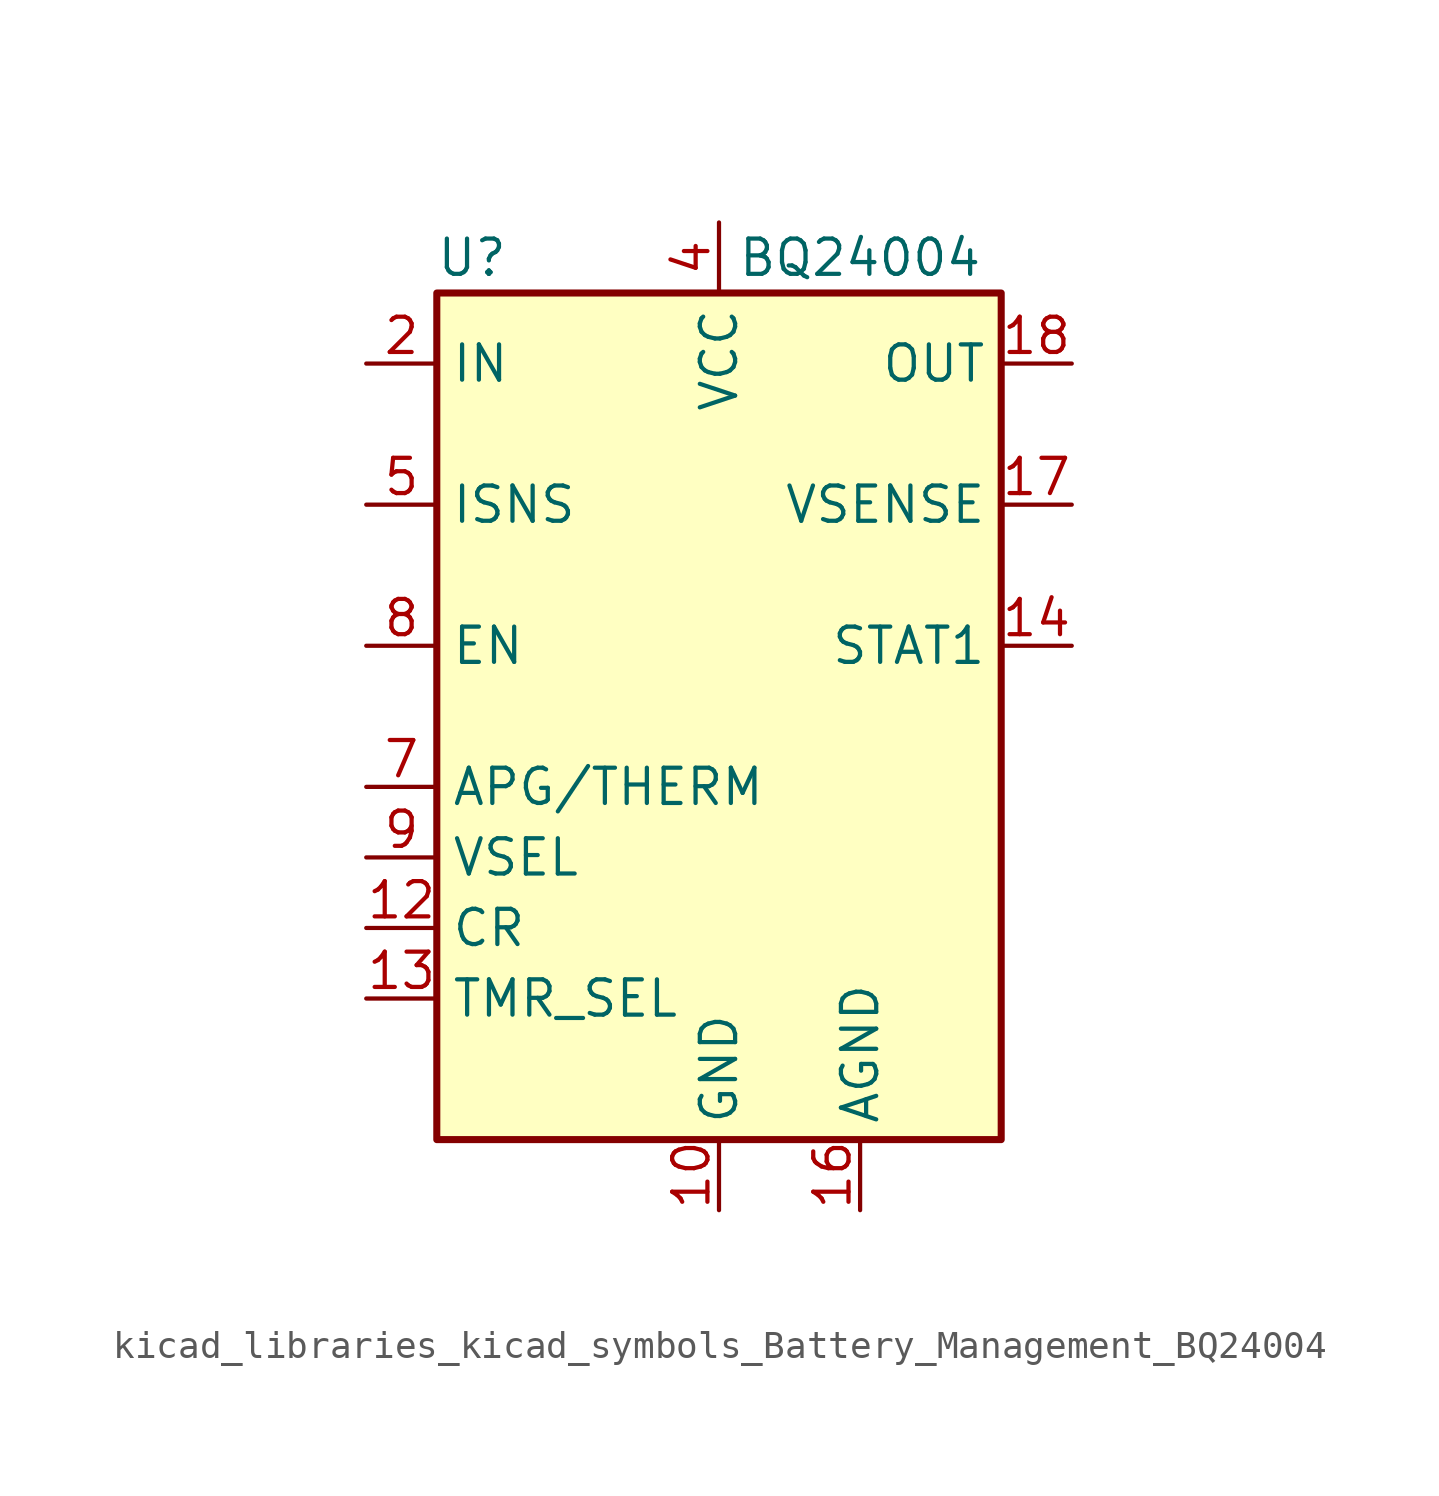
<source format=kicad_sym>
(kicad_symbol_lib
  (version 20220914)
  (generator kicad_symbol_editor)
  (symbol "kicad_libraries_kicad_symbols_Battery_Management_BQ24004"
    (property "Reference" "U"
      (at -8.89 16.51 0)
      (effects (font (size 1.27 1.27))))
    (property "Value" "BQ24004"
      (at 5.08 16.51 0)
      (effects (font (size 1.27 1.27))))
    (symbol "kicad_libraries_kicad_symbols_Battery_Management_BQ24004_0_1"
      (rectangle (start -10.16 15.24) (end 10.16 -15.24) (stroke (width 0.254) (type default)) (fill (type background))))
    (symbol "kicad_libraries_kicad_symbols_Battery_Management_BQ24004_1_1"
      (pin no_connect line (at 10.16 -2.54 180) (length 2.54) hide (name "N/C" (effects (font (size 1.27 1.27)))) (number "1" (effects (font (size 1.27 1.27)))))
      (pin power_in line (at 0 -17.78 90) (length 2.54) (name "GND" (effects (font (size 1.27 1.27)))) (number "10" (effects (font (size 1.27 1.27)))))
      (pin no_connect line (at 10.16 -7.62 180) (length 2.54) hide (name "N/C" (effects (font (size 1.27 1.27)))) (number "11" (effects (font (size 1.27 1.27)))))
      (pin input line (at -12.7 -7.62 0) (length 2.54) (name "CR" (effects (font (size 1.27 1.27)))) (number "12" (effects (font (size 1.27 1.27)))))
      (pin input line (at -12.7 -10.16 0) (length 2.54) (name "TMR_SEL" (effects (font (size 1.27 1.27)))) (number "13" (effects (font (size 1.27 1.27)))))
      (pin output line (at 12.7 2.54 180) (length 2.54) (name "STAT1" (effects (font (size 1.27 1.27)))) (number "14" (effects (font (size 1.27 1.27)))))
      (pin no_connect line (at 10.16 0 180) (length 2.54) hide (name "N/C" (effects (font (size 1.27 1.27)))) (number "15" (effects (font (size 1.27 1.27)))))
      (pin power_in line (at 5.08 -17.78 90) (length 2.54) (name "AGND" (effects (font (size 1.27 1.27)))) (number "16" (effects (font (size 1.27 1.27)))))
      (pin input line (at 12.7 7.62 180) (length 2.54) (name "VSENSE" (effects (font (size 1.27 1.27)))) (number "17" (effects (font (size 1.27 1.27)))))
      (pin output line (at 12.7 12.7 180) (length 2.54) (name "OUT" (effects (font (size 1.27 1.27)))) (number "18" (effects (font (size 1.27 1.27)))))
      (pin passive line (at 12.7 12.7 180) (length 2.54) hide (name "OUT" (effects (font (size 1.27 1.27)))) (number "19" (effects (font (size 1.27 1.27)))))
      (pin input line (at -12.7 12.7 0) (length 2.54) (name "IN" (effects (font (size 1.27 1.27)))) (number "2" (effects (font (size 1.27 1.27)))))
      (pin no_connect line (at 10.16 -10.16 180) (length 2.54) hide (name "N/C" (effects (font (size 1.27 1.27)))) (number "20" (effects (font (size 1.27 1.27)))))
      (pin passive line (at 0 -17.78 90) (length 2.54) hide (name "GND" (effects (font (size 1.27 1.27)))) (number "21" (effects (font (size 1.27 1.27)))))
      (pin input line (at -12.7 12.7 0) (length 2.54) hide (name "IN" (effects (font (size 1.27 1.27)))) (number "3" (effects (font (size 1.27 1.27)))))
      (pin power_in line (at 0 17.78 270) (length 2.54) (name "VCC" (effects (font (size 1.27 1.27)))) (number "4" (effects (font (size 1.27 1.27)))))
      (pin input line (at -12.7 7.62 0) (length 2.54) (name "ISNS" (effects (font (size 1.27 1.27)))) (number "5" (effects (font (size 1.27 1.27)))))
      (pin no_connect line (at 10.16 -5.08 180) (length 2.54) hide (name "N/C" (effects (font (size 1.27 1.27)))) (number "6" (effects (font (size 1.27 1.27)))))
      (pin input line (at -12.7 -2.54 0) (length 2.54) (name "APG/THERM" (effects (font (size 1.27 1.27)))) (number "7" (effects (font (size 1.27 1.27)))))
      (pin input line (at -12.7 2.54 0) (length 2.54) (name "EN" (effects (font (size 1.27 1.27)))) (number "8" (effects (font (size 1.27 1.27)))))
      (pin input line (at -12.7 -5.08 0) (length 2.54) (name "VSEL" (effects (font (size 1.27 1.27)))) (number "9" (effects (font (size 1.27 1.27))))))))
</source>
